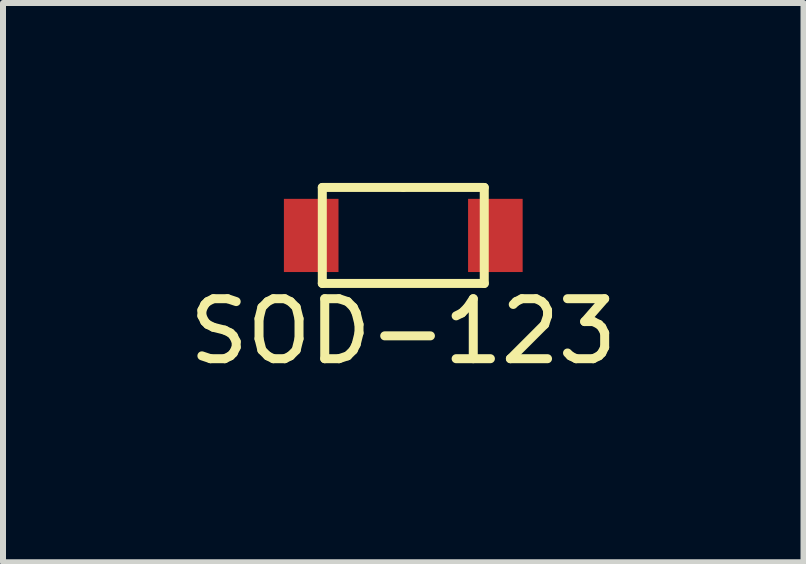
<source format=kicad_pcb>
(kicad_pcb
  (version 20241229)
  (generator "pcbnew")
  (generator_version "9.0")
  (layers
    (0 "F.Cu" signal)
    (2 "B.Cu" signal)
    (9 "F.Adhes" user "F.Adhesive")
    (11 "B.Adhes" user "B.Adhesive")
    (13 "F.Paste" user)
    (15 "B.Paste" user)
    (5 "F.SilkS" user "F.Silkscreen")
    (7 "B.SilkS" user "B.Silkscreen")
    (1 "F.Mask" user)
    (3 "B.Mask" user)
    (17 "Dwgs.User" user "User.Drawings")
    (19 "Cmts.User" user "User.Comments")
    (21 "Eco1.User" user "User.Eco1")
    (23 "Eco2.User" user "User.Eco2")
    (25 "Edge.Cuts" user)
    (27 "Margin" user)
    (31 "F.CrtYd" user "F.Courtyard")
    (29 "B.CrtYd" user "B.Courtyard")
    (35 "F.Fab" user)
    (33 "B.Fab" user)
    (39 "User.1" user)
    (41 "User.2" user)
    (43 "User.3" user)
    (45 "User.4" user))
  (footprint "SOD−123"
    (layer "F.Cu")
    (at 3.673 0.875)
    (property "Reference" "SOD−123" (at 0 1.6 0) (layer "F.SilkS") (effects (font (size 1 1) (thickness 0.15))))
    (attr through_hole)
    (fp_line (start -1.35 -0.8) (end -1.35 0.8) (stroke (width 0.15) (type solid)) (layer "F.SilkS"))
    (fp_line (start -1.35 0.8) (end 1.35 0.8) (stroke (width 0.15) (type solid)) (layer "F.SilkS"))
    (fp_line (start 0 -0.8) (end -1.35 -0.8) (stroke (width 0.15) (type solid)) (layer "F.SilkS"))
    (fp_line (start 1.35 -0.8) (end 0 -0.8) (stroke (width 0.15) (type solid)) (layer "F.SilkS"))
    (fp_line (start 1.35 0.8) (end 1.35 -0.8) (stroke (width 0.15) (type solid)) (layer "F.SilkS"))
    (pad "1" smd rect (at -1.535 0) (size 0.91 1.22) (layers "F.Cu" "F.Mask" "F.Paste"))
    (pad "2" smd rect (at 1.535 0) (size 0.91 1.22) (layers "F.Cu" "F.Mask" "F.Paste")))
  (gr_rect
    (start -3 -3)
    (end 10.345 6.323)
    (stroke (width 0.1) (type default))
    (fill no)
    (layer "Edge.Cuts")))
</source>
